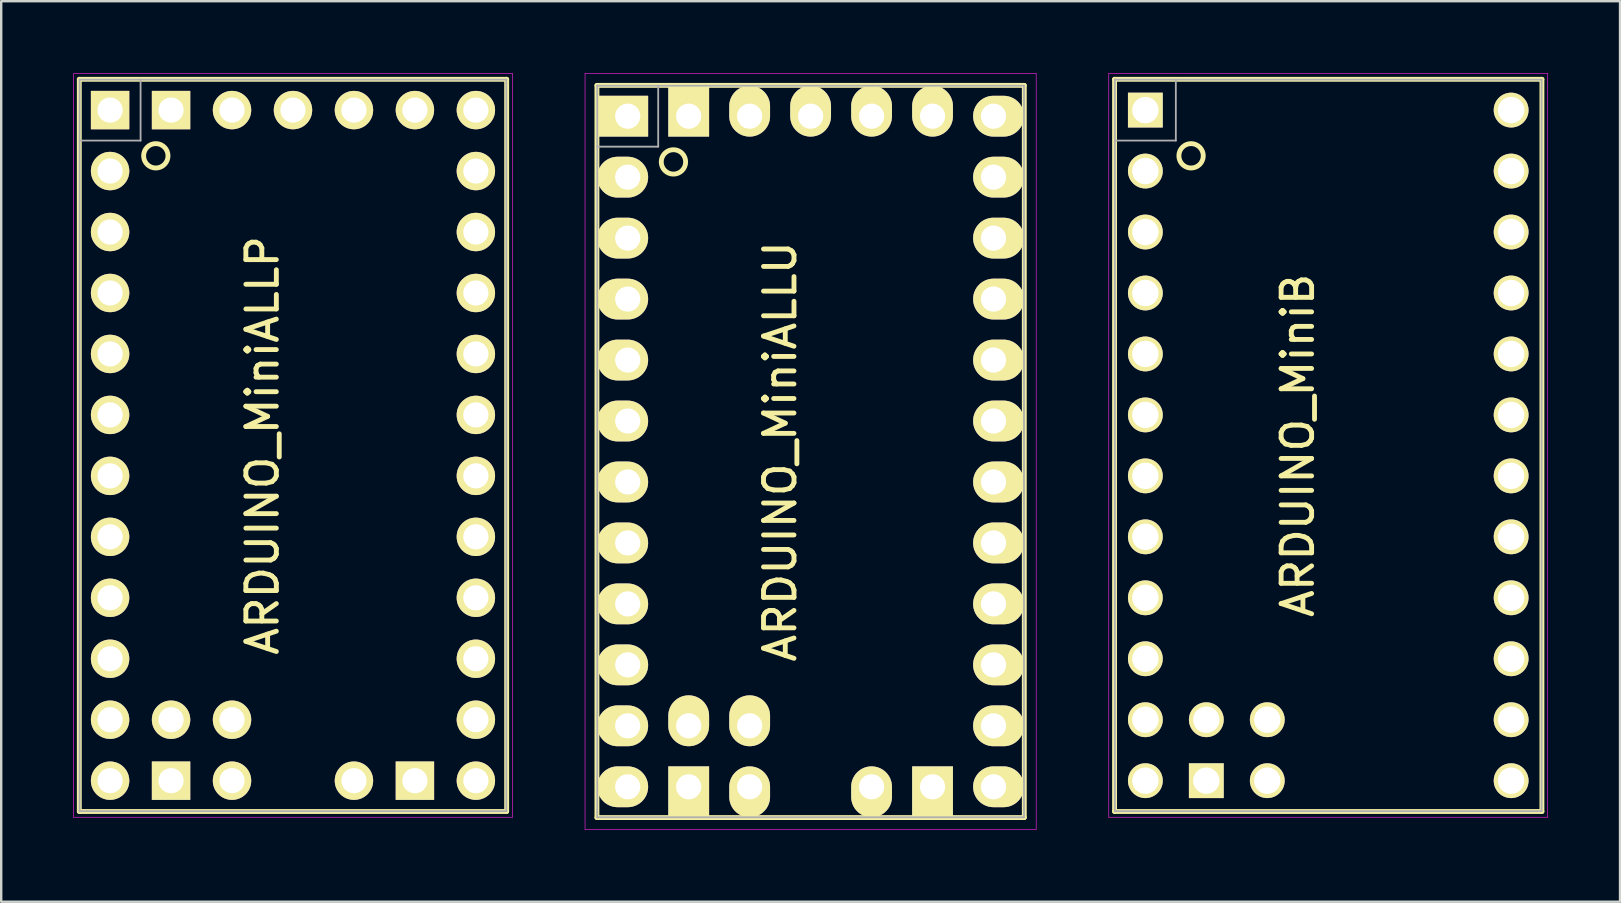
<source format=kicad_pcb>
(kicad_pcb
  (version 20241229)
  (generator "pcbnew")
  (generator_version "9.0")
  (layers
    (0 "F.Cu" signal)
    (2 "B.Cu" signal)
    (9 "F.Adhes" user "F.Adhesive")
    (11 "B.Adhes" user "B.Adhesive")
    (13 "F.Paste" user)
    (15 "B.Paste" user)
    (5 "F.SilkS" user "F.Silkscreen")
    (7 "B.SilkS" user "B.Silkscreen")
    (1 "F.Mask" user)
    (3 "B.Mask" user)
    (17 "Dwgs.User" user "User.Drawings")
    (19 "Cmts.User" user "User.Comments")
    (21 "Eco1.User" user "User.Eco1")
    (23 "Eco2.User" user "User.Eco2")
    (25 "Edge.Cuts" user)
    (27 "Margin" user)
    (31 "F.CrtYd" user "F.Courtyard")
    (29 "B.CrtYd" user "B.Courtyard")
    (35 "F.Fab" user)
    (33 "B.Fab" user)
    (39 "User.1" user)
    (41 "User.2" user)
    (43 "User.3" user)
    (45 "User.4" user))
  (footprint "ARDUINO_MiniB"
    (layer "F.Cu")
    (at 52.291 15.507)
    (property "Reference" "ARDUINO_MiniB" (at -1.27 0 90) (layer "F.SilkS") (effects (font (size 1.27 1.27) (thickness 0.203))))
    (attr through_hole)
    (fp_line (start -8.903 -15.253) (end 8.903 -15.253) (stroke (width 0.203) (type solid)) (layer "F.SilkS"))
    (fp_line (start -8.903 15.253) (end -8.903 -15.253) (stroke (width 0.203) (type solid)) (layer "F.SilkS"))
    (fp_line (start 8.903 -15.253) (end 8.903 15.253) (stroke (width 0.203) (type solid)) (layer "F.SilkS"))
    (fp_line (start 8.903 15.253) (end -8.903 15.253) (stroke (width 0.203) (type solid)) (layer "F.SilkS"))
    (fp_circle (center -5.715 -12.065) (end -5.715 -12.573) (stroke (width 0.203) (type solid)) (fill no) (layer "F.SilkS"))
    (fp_line (start -9.144 -15.494) (end 9.144 -15.494) (stroke (width 0.025) (type solid)) (layer "F.CrtYd"))
    (fp_line (start -9.144 15.494) (end -9.144 -15.494) (stroke (width 0.025) (type solid)) (layer "F.CrtYd"))
    (fp_line (start 9.144 -15.494) (end 9.144 15.494) (stroke (width 0.025) (type solid)) (layer "F.CrtYd"))
    (fp_line (start 9.144 15.494) (end -9.144 15.494) (stroke (width 0.025) (type solid)) (layer "F.CrtYd"))
    (fp_line (start -8.89 -15.24) (end 8.89 -15.24) (stroke (width 0.076) (type solid)) (layer "F.Fab"))
    (fp_line (start -8.89 15.24) (end -8.89 -15.24) (stroke (width 0.076) (type solid)) (layer "F.Fab"))
    (fp_line (start -6.35 -15.24) (end -6.35 -12.7) (stroke (width 0.076) (type solid)) (layer "F.Fab"))
    (fp_line (start -6.35 -12.7) (end -8.89 -12.7) (stroke (width 0.076) (type solid)) (layer "F.Fab"))
    (fp_line (start 8.89 -15.24) (end 8.89 15.24) (stroke (width 0.076) (type solid)) (layer "F.Fab"))
    (fp_line (start 8.89 15.24) (end -8.89 15.24) (stroke (width 0.076) (type solid)) (layer "F.Fab"))
    (pad "1" thru_hole rect (at -7.62 -13.97) (size 1.45 1.45) (drill 1.1) (layers "*.Cu" "*.Mask" "F.SilkS"))
    (pad "2" thru_hole circle (at -7.62 -11.43) (size 1.45 1.45) (drill 1.1) (layers "*.Cu" "*.Mask" "F.SilkS"))
    (pad "3" thru_hole circle (at -7.62 -8.89) (size 1.45 1.45) (drill 1.1) (layers "*.Cu" "*.Mask" "F.SilkS"))
    (pad "4" thru_hole circle (at -7.62 -6.35) (size 1.45 1.45) (drill 1.1) (layers "*.Cu" "*.Mask" "F.SilkS"))
    (pad "5" thru_hole circle (at -7.62 -3.81) (size 1.45 1.45) (drill 1.1) (layers "*.Cu" "*.Mask" "F.SilkS"))
    (pad "6" thru_hole circle (at -7.62 -1.27) (size 1.45 1.45) (drill 1.1) (layers "*.Cu" "*.Mask" "F.SilkS"))
    (pad "7" thru_hole circle (at -7.62 1.27) (size 1.45 1.45) (drill 1.1) (layers "*.Cu" "*.Mask" "F.SilkS"))
    (pad "8" thru_hole circle (at -7.62 3.81) (size 1.45 1.45) (drill 1.1) (layers "*.Cu" "*.Mask" "F.SilkS"))
    (pad "9" thru_hole circle (at -7.62 6.35) (size 1.45 1.45) (drill 1.1) (layers "*.Cu" "*.Mask" "F.SilkS"))
    (pad "10" thru_hole circle (at -7.62 8.89) (size 1.45 1.45) (drill 1.1) (layers "*.Cu" "*.Mask" "F.SilkS"))
    (pad "11" thru_hole circle (at -7.62 11.43) (size 1.45 1.45) (drill 1.1) (layers "*.Cu" "*.Mask" "F.SilkS"))
    (pad "12" thru_hole circle (at -7.62 13.97) (size 1.45 1.45) (drill 1.1) (layers "*.Cu" "*.Mask" "F.SilkS"))
    (pad "13" thru_hole circle (at 7.62 13.97) (size 1.45 1.45) (drill 1.1) (layers "*.Cu" "*.Mask" "F.SilkS"))
    (pad "14" thru_hole circle (at 7.62 11.43) (size 1.45 1.45) (drill 1.1) (layers "*.Cu" "*.Mask" "F.SilkS"))
    (pad "15" thru_hole circle (at 7.62 8.89) (size 1.45 1.45) (drill 1.1) (layers "*.Cu" "*.Mask" "F.SilkS"))
    (pad "16" thru_hole circle (at 7.62 6.35) (size 1.45 1.45) (drill 1.1) (layers "*.Cu" "*.Mask" "F.SilkS"))
    (pad "17" thru_hole circle (at 7.62 3.81) (size 1.45 1.45) (drill 1.1) (layers "*.Cu" "*.Mask" "F.SilkS"))
    (pad "18" thru_hole circle (at 7.62 1.27) (size 1.45 1.45) (drill 1.1) (layers "*.Cu" "*.Mask" "F.SilkS"))
    (pad "19" thru_hole circle (at 7.62 -1.27) (size 1.45 1.45) (drill 1.1) (layers "*.Cu" "*.Mask" "F.SilkS"))
    (pad "20" thru_hole circle (at 7.62 -3.81) (size 1.45 1.45) (drill 1.1) (layers "*.Cu" "*.Mask" "F.SilkS"))
    (pad "21" thru_hole circle (at 7.62 -6.35) (size 1.45 1.45) (drill 1.1) (layers "*.Cu" "*.Mask" "F.SilkS"))
    (pad "22" thru_hole circle (at 7.62 -8.89) (size 1.45 1.45) (drill 1.1) (layers "*.Cu" "*.Mask" "F.SilkS"))
    (pad "23" thru_hole circle (at 7.62 -11.43) (size 1.45 1.45) (drill 1.1) (layers "*.Cu" "*.Mask" "F.SilkS"))
    (pad "24" thru_hole circle (at 7.62 -13.97) (size 1.45 1.45) (drill 1.1) (layers "*.Cu" "*.Mask" "F.SilkS"))
    (pad "A1" thru_hole rect (at -5.08 13.97) (size 1.45 1.45) (drill 1.1) (layers "*.Cu" "*.Mask" "F.SilkS"))
    (pad "A2" thru_hole circle (at -2.54 13.97) (size 1.45 1.45) (drill 1.1) (layers "*.Cu" "*.Mask" "F.SilkS"))
    (pad "A3" thru_hole circle (at -5.08 11.43) (size 1.45 1.45) (drill 1.1) (layers "*.Cu" "*.Mask" "F.SilkS"))
    (pad "A4" thru_hole circle (at -2.54 11.43) (size 1.45 1.45) (drill 1.1) (layers "*.Cu" "*.Mask" "F.SilkS")))
  (footprint "ARDUINO_MiniALLU"
    (layer "F.Cu")
    (at 30.724 15.761)
    (property "Reference" "ARDUINO_MiniALLU" (at -1.27 0 90) (layer "F.SilkS") (effects (font (size 1.27 1.27) (thickness 0.203))))
    (attr through_hole)
    (fp_line (start -8.903 -15.253) (end 8.903 -15.253) (stroke (width 0.203) (type solid)) (layer "F.SilkS"))
    (fp_line (start -8.903 15.253) (end -8.903 -15.253) (stroke (width 0.203) (type solid)) (layer "F.SilkS"))
    (fp_line (start 8.903 -15.253) (end 8.903 15.253) (stroke (width 0.203) (type solid)) (layer "F.SilkS"))
    (fp_line (start 8.903 15.253) (end -8.903 15.253) (stroke (width 0.203) (type solid)) (layer "F.SilkS"))
    (fp_circle (center -5.715 -12.065) (end -5.715 -12.573) (stroke (width 0.203) (type solid)) (fill no) (layer "F.SilkS"))
    (fp_line (start -9.398 -15.748) (end 9.398 -15.748) (stroke (width 0.025) (type solid)) (layer "F.CrtYd"))
    (fp_line (start -9.398 15.748) (end -9.398 -15.748) (stroke (width 0.025) (type solid)) (layer "F.CrtYd"))
    (fp_line (start 9.398 -15.748) (end 9.398 15.748) (stroke (width 0.025) (type solid)) (layer "F.CrtYd"))
    (fp_line (start 9.398 15.748) (end -9.398 15.748) (stroke (width 0.025) (type solid)) (layer "F.CrtYd"))
    (fp_line (start -8.89 -15.24) (end 8.89 -15.24) (stroke (width 0.076) (type solid)) (layer "F.Fab"))
    (fp_line (start -8.89 15.24) (end -8.89 -15.24) (stroke (width 0.076) (type solid)) (layer "F.Fab"))
    (fp_line (start -6.35 -15.24) (end -6.35 -12.7) (stroke (width 0.076) (type solid)) (layer "F.Fab"))
    (fp_line (start -6.35 -12.7) (end -8.89 -12.7) (stroke (width 0.076) (type solid)) (layer "F.Fab"))
    (fp_line (start 8.89 -15.24) (end 8.89 15.24) (stroke (width 0.076) (type solid)) (layer "F.Fab"))
    (fp_line (start 8.89 15.24) (end -8.89 15.24) (stroke (width 0.076) (type solid)) (layer "F.Fab"))
    (pad "1" thru_hole rect (at -7.62 -13.97) (size 2.12 1.7) (drill 1.05 (offset -0.21 0)) (layers "*.Cu" "*.Mask" "F.SilkS"))
    (pad "2" thru_hole oval (at -7.62 -11.43) (size 2.12 1.7) (drill 1.05 (offset -0.21 0)) (layers "*.Cu" "*.Mask" "F.SilkS"))
    (pad "3" thru_hole oval (at -7.62 -8.89) (size 2.12 1.7) (drill 1.05 (offset -0.21 0)) (layers "*.Cu" "*.Mask" "F.SilkS"))
    (pad "4" thru_hole oval (at -7.62 -6.35) (size 2.12 1.7) (drill 1.05 (offset -0.21 0)) (layers "*.Cu" "*.Mask" "F.SilkS"))
    (pad "5" thru_hole oval (at -7.62 -3.81) (size 2.12 1.7) (drill 1.05 (offset -0.21 0)) (layers "*.Cu" "*.Mask" "F.SilkS"))
    (pad "6" thru_hole oval (at -7.62 -1.27) (size 2.12 1.7) (drill 1.05 (offset -0.21 0)) (layers "*.Cu" "*.Mask" "F.SilkS"))
    (pad "7" thru_hole oval (at -7.62 1.27) (size 2.12 1.7) (drill 1.05 (offset -0.21 0)) (layers "*.Cu" "*.Mask" "F.SilkS"))
    (pad "8" thru_hole oval (at -7.62 3.81) (size 2.12 1.7) (drill 1.05 (offset -0.21 0)) (layers "*.Cu" "*.Mask" "F.SilkS"))
    (pad "9" thru_hole oval (at -7.62 6.35) (size 2.12 1.7) (drill 1.05 (offset -0.21 0)) (layers "*.Cu" "*.Mask" "F.SilkS"))
    (pad "10" thru_hole oval (at -7.62 8.89) (size 2.12 1.7) (drill 1.05 (offset -0.21 0)) (layers "*.Cu" "*.Mask" "F.SilkS"))
    (pad "11" thru_hole oval (at -7.62 11.43) (size 2.12 1.7) (drill 1.05 (offset -0.21 0)) (layers "*.Cu" "*.Mask" "F.SilkS"))
    (pad "12" thru_hole oval (at -7.62 13.97) (size 2.12 1.7) (drill 1.05 (offset -0.21 0)) (layers "*.Cu" "*.Mask" "F.SilkS"))
    (pad "13" thru_hole oval (at 7.62 13.97 180) (size 2.12 1.7) (drill 1.05 (offset -0.21 0)) (layers "*.Cu" "*.Mask" "F.SilkS"))
    (pad "14" thru_hole oval (at 7.62 11.43 180) (size 2.12 1.7) (drill 1.05 (offset -0.21 0)) (layers "*.Cu" "*.Mask" "F.SilkS"))
    (pad "15" thru_hole oval (at 7.62 8.89 180) (size 2.12 1.7) (drill 1.05 (offset -0.21 0)) (layers "*.Cu" "*.Mask" "F.SilkS"))
    (pad "16" thru_hole oval (at 7.62 6.35 180) (size 2.12 1.7) (drill 1.05 (offset -0.21 0)) (layers "*.Cu" "*.Mask" "F.SilkS"))
    (pad "17" thru_hole oval (at 7.62 3.81 180) (size 2.12 1.7) (drill 1.05 (offset -0.21 0)) (layers "*.Cu" "*.Mask" "F.SilkS"))
    (pad "18" thru_hole oval (at 7.62 1.27 180) (size 2.12 1.7) (drill 1.05 (offset -0.21 0)) (layers "*.Cu" "*.Mask" "F.SilkS"))
    (pad "19" thru_hole oval (at 7.62 -1.27 180) (size 2.12 1.7) (drill 1.05 (offset -0.21 0)) (layers "*.Cu" "*.Mask" "F.SilkS"))
    (pad "20" thru_hole oval (at 7.62 -3.81 180) (size 2.12 1.7) (drill 1.05 (offset -0.21 0)) (layers "*.Cu" "*.Mask" "F.SilkS"))
    (pad "21" thru_hole oval (at 7.62 -6.35 180) (size 2.12 1.7) (drill 1.05 (offset -0.21 0)) (layers "*.Cu" "*.Mask" "F.SilkS"))
    (pad "22" thru_hole oval (at 7.62 -8.89 180) (size 2.12 1.7) (drill 1.05 (offset -0.21 0)) (layers "*.Cu" "*.Mask" "F.SilkS"))
    (pad "23" thru_hole oval (at 7.62 -11.43 180) (size 2.12 1.7) (drill 1.05 (offset -0.21 0)) (layers "*.Cu" "*.Mask" "F.SilkS"))
    (pad "24" thru_hole oval (at 7.62 -13.97 180) (size 2.12 1.7) (drill 1.05 (offset -0.21 0)) (layers "*.Cu" "*.Mask" "F.SilkS"))
    (pad "A1" thru_hole rect (at -5.08 13.97 90) (size 2.12 1.7) (drill 1.05 (offset -0.21 0)) (layers "*.Cu" "*.Mask" "F.SilkS"))
    (pad "A2" thru_hole oval (at -2.54 13.97 90) (size 2.12 1.7) (drill 1.05 (offset -0.21 0)) (layers "*.Cu" "*.Mask" "F.SilkS"))
    (pad "A3" thru_hole oval (at -5.08 11.43 270) (size 2.12 1.7) (drill 1.05 (offset -0.21 0)) (layers "*.Cu" "*.Mask" "F.SilkS"))
    (pad "A4" thru_hole oval (at -2.54 11.43 270) (size 2.12 1.7) (drill 1.05 (offset -0.21 0)) (layers "*.Cu" "*.Mask" "F.SilkS"))
    (pad "P1" thru_hole rect (at 5.08 13.97 90) (size 2.12 1.7) (drill 1.05 (offset -0.21 0)) (layers "*.Cu" "*.Mask" "F.SilkS"))
    (pad "P2" thru_hole oval (at 2.54 13.97 90) (size 2.12 1.7) (drill 1.05 (offset -0.21 0)) (layers "*.Cu" "*.Mask" "F.SilkS"))
    (pad "PRG1" thru_hole rect (at -5.08 -13.97 270) (size 2.12 1.7) (drill 1.05 (offset -0.21 0)) (layers "*.Cu" "*.Mask" "F.SilkS"))
    (pad "PRG2" thru_hole oval (at -2.54 -13.97 270) (size 2.12 1.7) (drill 1.05 (offset -0.21 0)) (layers "*.Cu" "*.Mask" "F.SilkS"))
    (pad "PRG3" thru_hole oval (at 0 -13.97 270) (size 2.12 1.7) (drill 1.05 (offset -0.21 0)) (layers "*.Cu" "*.Mask" "F.SilkS"))
    (pad "PRG4" thru_hole oval (at 2.54 -13.97 270) (size 2.12 1.7) (drill 1.05 (offset -0.21 0)) (layers "*.Cu" "*.Mask" "F.SilkS"))
    (pad "PRG5" thru_hole oval (at 5.08 -13.97 270) (size 2.12 1.7) (drill 1.05 (offset -0.21 0)) (layers "*.Cu" "*.Mask" "F.SilkS")))
  (footprint "ARDUINO_MiniALLP"
    (layer "F.Cu")
    (at 9.157 15.507)
    (property "Reference" "ARDUINO_MiniALLP" (at -1.27 0 90) (layer "F.SilkS") (effects (font (size 1.27 1.27) (thickness 0.203))))
    (attr through_hole)
    (fp_line (start -8.903 -15.253) (end 8.903 -15.253) (stroke (width 0.203) (type solid)) (layer "F.SilkS"))
    (fp_line (start -8.903 15.253) (end -8.903 -15.253) (stroke (width 0.203) (type solid)) (layer "F.SilkS"))
    (fp_line (start 8.903 -15.253) (end 8.903 15.253) (stroke (width 0.203) (type solid)) (layer "F.SilkS"))
    (fp_line (start 8.903 15.253) (end -8.903 15.253) (stroke (width 0.203) (type solid)) (layer "F.SilkS"))
    (fp_circle (center -5.715 -12.065) (end -5.715 -12.573) (stroke (width 0.203) (type solid)) (fill no) (layer "F.SilkS"))
    (fp_line (start -9.144 -15.494) (end 9.144 -15.494) (stroke (width 0.025) (type solid)) (layer "F.CrtYd"))
    (fp_line (start -9.144 15.494) (end -9.144 -15.494) (stroke (width 0.025) (type solid)) (layer "F.CrtYd"))
    (fp_line (start 9.144 -15.494) (end 9.144 15.494) (stroke (width 0.025) (type solid)) (layer "F.CrtYd"))
    (fp_line (start 9.144 15.494) (end -9.144 15.494) (stroke (width 0.025) (type solid)) (layer "F.CrtYd"))
    (fp_line (start -8.89 -15.24) (end 8.89 -15.24) (stroke (width 0.076) (type solid)) (layer "F.Fab"))
    (fp_line (start -8.89 15.24) (end -8.89 -15.24) (stroke (width 0.076) (type solid)) (layer "F.Fab"))
    (fp_line (start -6.35 -15.24) (end -6.35 -12.7) (stroke (width 0.076) (type solid)) (layer "F.Fab"))
    (fp_line (start -6.35 -12.7) (end -8.89 -12.7) (stroke (width 0.076) (type solid)) (layer "F.Fab"))
    (fp_line (start 8.89 -15.24) (end 8.89 15.24) (stroke (width 0.076) (type solid)) (layer "F.Fab"))
    (fp_line (start 8.89 15.24) (end -8.89 15.24) (stroke (width 0.076) (type solid)) (layer "F.Fab"))
    (pad "1" thru_hole rect (at -7.62 -13.97) (size 1.6 1.6) (drill 1.05) (layers "*.Cu" "*.Mask" "F.SilkS"))
    (pad "2" thru_hole circle (at -7.62 -11.43) (size 1.6 1.6) (drill 1.05) (layers "*.Cu" "*.Mask" "F.SilkS"))
    (pad "3" thru_hole circle (at -7.62 -8.89) (size 1.6 1.6) (drill 1.05) (layers "*.Cu" "*.Mask" "F.SilkS"))
    (pad "4" thru_hole circle (at -7.62 -6.35) (size 1.6 1.6) (drill 1.05) (layers "*.Cu" "*.Mask" "F.SilkS"))
    (pad "5" thru_hole circle (at -7.62 -3.81) (size 1.6 1.6) (drill 1.05) (layers "*.Cu" "*.Mask" "F.SilkS"))
    (pad "6" thru_hole circle (at -7.62 -1.27) (size 1.6 1.6) (drill 1.05) (layers "*.Cu" "*.Mask" "F.SilkS"))
    (pad "7" thru_hole circle (at -7.62 1.27) (size 1.6 1.6) (drill 1.05) (layers "*.Cu" "*.Mask" "F.SilkS"))
    (pad "8" thru_hole circle (at -7.62 3.81) (size 1.6 1.6) (drill 1.05) (layers "*.Cu" "*.Mask" "F.SilkS"))
    (pad "9" thru_hole circle (at -7.62 6.35) (size 1.6 1.6) (drill 1.05) (layers "*.Cu" "*.Mask" "F.SilkS"))
    (pad "10" thru_hole circle (at -7.62 8.89) (size 1.6 1.6) (drill 1.05) (layers "*.Cu" "*.Mask" "F.SilkS"))
    (pad "11" thru_hole circle (at -7.62 11.43) (size 1.6 1.6) (drill 1.05) (layers "*.Cu" "*.Mask" "F.SilkS"))
    (pad "12" thru_hole circle (at -7.62 13.97) (size 1.6 1.6) (drill 1.05) (layers "*.Cu" "*.Mask" "F.SilkS"))
    (pad "13" thru_hole circle (at 7.62 13.97) (size 1.6 1.6) (drill 1.05) (layers "*.Cu" "*.Mask" "F.SilkS"))
    (pad "14" thru_hole circle (at 7.62 11.43) (size 1.6 1.6) (drill 1.05) (layers "*.Cu" "*.Mask" "F.SilkS"))
    (pad "15" thru_hole circle (at 7.62 8.89) (size 1.6 1.6) (drill 1.05) (layers "*.Cu" "*.Mask" "F.SilkS"))
    (pad "16" thru_hole circle (at 7.62 6.35) (size 1.6 1.6) (drill 1.05) (layers "*.Cu" "*.Mask" "F.SilkS"))
    (pad "17" thru_hole circle (at 7.62 3.81) (size 1.6 1.6) (drill 1.05) (layers "*.Cu" "*.Mask" "F.SilkS"))
    (pad "18" thru_hole circle (at 7.62 1.27) (size 1.6 1.6) (drill 1.05) (layers "*.Cu" "*.Mask" "F.SilkS"))
    (pad "19" thru_hole circle (at 7.62 -1.27) (size 1.6 1.6) (drill 1.05) (layers "*.Cu" "*.Mask" "F.SilkS"))
    (pad "20" thru_hole circle (at 7.62 -3.81) (size 1.6 1.6) (drill 1.05) (layers "*.Cu" "*.Mask" "F.SilkS"))
    (pad "21" thru_hole circle (at 7.62 -6.35) (size 1.6 1.6) (drill 1.05) (layers "*.Cu" "*.Mask" "F.SilkS"))
    (pad "22" thru_hole circle (at 7.62 -8.89) (size 1.6 1.6) (drill 1.05) (layers "*.Cu" "*.Mask" "F.SilkS"))
    (pad "23" thru_hole circle (at 7.62 -11.43) (size 1.6 1.6) (drill 1.05) (layers "*.Cu" "*.Mask" "F.SilkS"))
    (pad "24" thru_hole circle (at 7.62 -13.97) (size 1.6 1.6) (drill 1.05) (layers "*.Cu" "*.Mask" "F.SilkS"))
    (pad "A1" thru_hole rect (at -5.08 13.97) (size 1.6 1.6) (drill 1.05) (layers "*.Cu" "*.Mask" "F.SilkS"))
    (pad "A2" thru_hole circle (at -2.54 13.97) (size 1.6 1.6) (drill 1.05) (layers "*.Cu" "*.Mask" "F.SilkS"))
    (pad "A3" thru_hole circle (at -5.08 11.43) (size 1.6 1.6) (drill 1.05) (layers "*.Cu" "*.Mask" "F.SilkS"))
    (pad "A4" thru_hole circle (at -2.54 11.43) (size 1.6 1.6) (drill 1.05) (layers "*.Cu" "*.Mask" "F.SilkS"))
    (pad "P1" thru_hole rect (at 5.08 13.97) (size 1.6 1.6) (drill 1.05) (layers "*.Cu" "*.Mask" "F.SilkS"))
    (pad "P2" thru_hole circle (at 2.54 13.97) (size 1.6 1.6) (drill 1.05) (layers "*.Cu" "*.Mask" "F.SilkS"))
    (pad "PRG1" thru_hole rect (at -5.08 -13.97) (size 1.6 1.6) (drill 1.05) (layers "*.Cu" "*.Mask" "F.SilkS"))
    (pad "PRG2" thru_hole circle (at -2.54 -13.97) (size 1.6 1.6) (drill 1.05) (layers "*.Cu" "*.Mask" "F.SilkS"))
    (pad "PRG3" thru_hole circle (at 0 -13.97) (size 1.6 1.6) (drill 1.05) (layers "*.Cu" "*.Mask" "F.SilkS"))
    (pad "PRG4" thru_hole circle (at 2.54 -13.97) (size 1.6 1.6) (drill 1.05) (layers "*.Cu" "*.Mask" "F.SilkS"))
    (pad "PRG5" thru_hole circle (at 5.08 -13.97) (size 1.6 1.6) (drill 1.05) (layers "*.Cu" "*.Mask" "F.SilkS")))
  (gr_rect
    (start -3 -3)
    (end 64.448 34.521)
    (stroke (width 0.1) (type default))
    (fill no)
    (layer "Edge.Cuts")))
</source>
